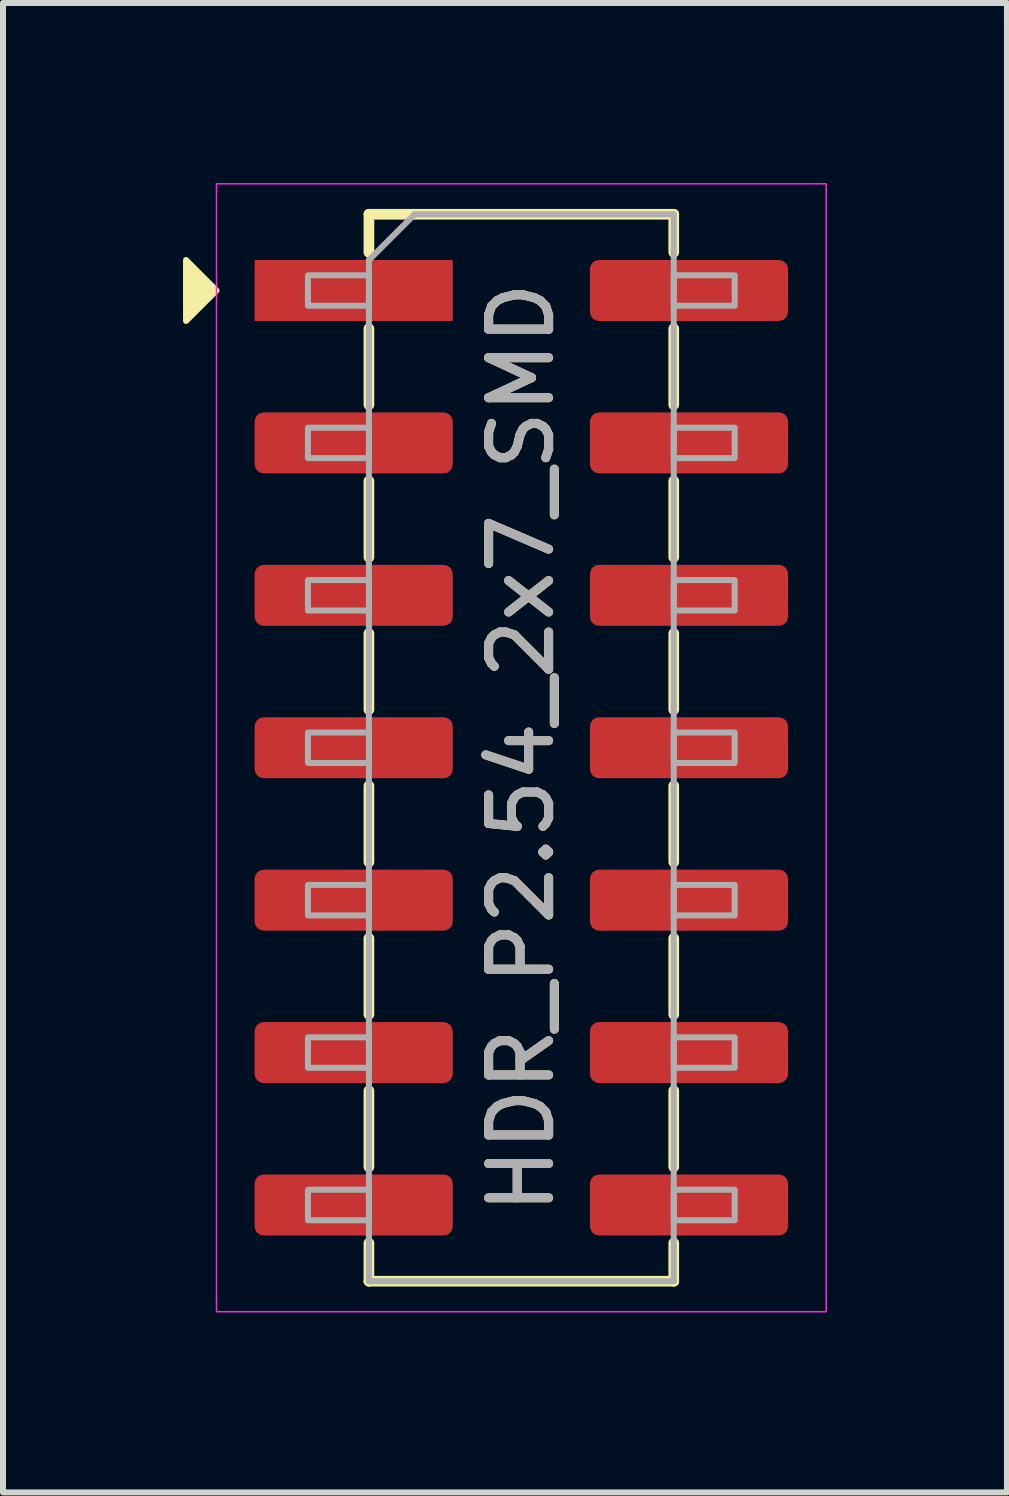
<source format=kicad_pcb>
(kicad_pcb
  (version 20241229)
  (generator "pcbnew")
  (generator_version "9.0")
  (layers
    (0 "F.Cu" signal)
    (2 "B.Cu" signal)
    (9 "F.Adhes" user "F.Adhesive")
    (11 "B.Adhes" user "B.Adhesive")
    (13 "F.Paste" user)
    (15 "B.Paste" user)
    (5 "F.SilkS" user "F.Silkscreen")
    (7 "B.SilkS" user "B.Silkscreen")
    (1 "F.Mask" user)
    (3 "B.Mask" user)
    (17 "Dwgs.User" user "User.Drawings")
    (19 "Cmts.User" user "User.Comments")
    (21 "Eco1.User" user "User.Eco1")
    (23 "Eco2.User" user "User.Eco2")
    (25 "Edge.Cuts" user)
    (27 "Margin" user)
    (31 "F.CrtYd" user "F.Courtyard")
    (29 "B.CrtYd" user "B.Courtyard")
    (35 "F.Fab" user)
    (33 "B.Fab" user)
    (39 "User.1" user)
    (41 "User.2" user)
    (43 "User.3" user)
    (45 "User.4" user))
  (footprint "HDR_P2.54_2x7_SMD"
    (layer "F.Cu")
    (at 5.638 9.411)
    (property "Reference" "HDR_P2.54_2x7_SMD" (at 0 0 90) (layer "F.SilkS") (effects (font (size 1 1) (thickness 0.15))))
    (attr smd)
    (fp_line (start -2.54 -8.89) (end -2.54 -8.255) (stroke (width 0.178) (type solid)) (layer "F.SilkS"))
    (fp_line (start -2.54 -5.715) (end -2.54 -6.985) (stroke (width 0.178) (type solid)) (layer "F.SilkS"))
    (fp_line (start -2.54 -3.175) (end -2.54 -4.445) (stroke (width 0.178) (type solid)) (layer "F.SilkS"))
    (fp_line (start -2.54 -0.635) (end -2.54 -1.905) (stroke (width 0.178) (type solid)) (layer "F.SilkS"))
    (fp_line (start -2.54 1.905) (end -2.54 0.635) (stroke (width 0.178) (type solid)) (layer "F.SilkS"))
    (fp_line (start -2.54 4.445) (end -2.54 3.175) (stroke (width 0.178) (type solid)) (layer "F.SilkS"))
    (fp_line (start -2.54 6.985) (end -2.54 5.715) (stroke (width 0.178) (type solid)) (layer "F.SilkS"))
    (fp_line (start -2.54 8.89) (end -2.54 8.255) (stroke (width 0.178) (type solid)) (layer "F.SilkS"))
    (fp_line (start 2.54 -8.89) (end -2.54 -8.89) (stroke (width 0.178) (type solid)) (layer "F.SilkS"))
    (fp_line (start 2.54 -8.255) (end 2.54 -8.89) (stroke (width 0.178) (type solid)) (layer "F.SilkS"))
    (fp_line (start 2.54 -5.715) (end 2.54 -6.985) (stroke (width 0.178) (type solid)) (layer "F.SilkS"))
    (fp_line (start 2.54 -3.175) (end 2.54 -4.445) (stroke (width 0.178) (type solid)) (layer "F.SilkS"))
    (fp_line (start 2.54 -0.635) (end 2.54 -1.905) (stroke (width 0.178) (type solid)) (layer "F.SilkS"))
    (fp_line (start 2.54 1.905) (end 2.54 0.635) (stroke (width 0.178) (type solid)) (layer "F.SilkS"))
    (fp_line (start 2.54 4.445) (end 2.54 3.175) (stroke (width 0.178) (type solid)) (layer "F.SilkS"))
    (fp_line (start 2.54 6.985) (end 2.54 5.715) (stroke (width 0.178) (type solid)) (layer "F.SilkS"))
    (fp_line (start 2.54 8.255) (end 2.54 8.89) (stroke (width 0.178) (type solid)) (layer "F.SilkS"))
    (fp_line (start 2.54 8.89) (end -2.54 8.89) (stroke (width 0.178) (type solid)) (layer "F.SilkS"))
    (fp_poly (pts (xy -5.08 -7.62) (xy -5.588 -7.112) (xy -5.588 -8.128)) (stroke (width 0.1) (type solid)) (fill yes) (layer "F.SilkS"))
    (fp_rect (start -5.08 -9.398) (end 5.08 9.398) (stroke (width 0.025) (type solid)) (fill no) (layer "F.CrtYd"))
    (fp_line (start -2.54 -8.128) (end -1.778 -8.89) (stroke (width 0.1) (type solid)) (layer "F.Fab"))
    (fp_line (start -2.54 8.89) (end -2.54 -8.128) (stroke (width 0.1) (type solid)) (layer "F.Fab"))
    (fp_line (start -1.778 -8.89) (end 2.54 -8.89) (stroke (width 0.1) (type solid)) (layer "F.Fab"))
    (fp_line (start 2.54 -8.89) (end 2.54 8.89) (stroke (width 0.1) (type solid)) (layer "F.Fab"))
    (fp_line (start 2.54 8.89) (end -2.54 8.89) (stroke (width 0.1) (type solid)) (layer "F.Fab"))
    (fp_rect (start -3.556 -7.874) (end -2.54 -7.366) (stroke (width 0.1) (type solid)) (fill no) (layer "F.Fab"))
    (fp_rect (start -3.556 -5.334) (end -2.54 -4.826) (stroke (width 0.1) (type solid)) (fill no) (layer "F.Fab"))
    (fp_rect (start -3.556 -2.794) (end -2.54 -2.286) (stroke (width 0.1) (type solid)) (fill no) (layer "F.Fab"))
    (fp_rect (start -3.556 -0.254) (end -2.54 0.254) (stroke (width 0.1) (type solid)) (fill no) (layer "F.Fab"))
    (fp_rect (start -3.556 2.286) (end -2.54 2.794) (stroke (width 0.1) (type solid)) (fill no) (layer "F.Fab"))
    (fp_rect (start -3.556 4.826) (end -2.54 5.334) (stroke (width 0.1) (type solid)) (fill no) (layer "F.Fab"))
    (fp_rect (start -3.556 7.366) (end -2.54 7.874) (stroke (width 0.1) (type solid)) (fill no) (layer "F.Fab"))
    (fp_rect (start 2.54 -7.874) (end 3.556 -7.366) (stroke (width 0.1) (type solid)) (fill no) (layer "F.Fab"))
    (fp_rect (start 2.54 -5.334) (end 3.556 -4.826) (stroke (width 0.1) (type solid)) (fill no) (layer "F.Fab"))
    (fp_rect (start 2.54 -2.794) (end 3.556 -2.286) (stroke (width 0.1) (type solid)) (fill no) (layer "F.Fab"))
    (fp_rect (start 2.54 -0.254) (end 3.556 0.254) (stroke (width 0.1) (type solid)) (fill no) (layer "F.Fab"))
    (fp_rect (start 2.54 2.286) (end 3.556 2.794) (stroke (width 0.1) (type solid)) (fill no) (layer "F.Fab"))
    (fp_rect (start 2.54 4.826) (end 3.556 5.334) (stroke (width 0.1) (type solid)) (fill no) (layer "F.Fab"))
    (fp_rect (start 2.54 7.366) (end 3.556 7.874) (stroke (width 0.1) (type solid)) (fill no) (layer "F.Fab"))
    (fp_text user "${REFERENCE}" (at 0 0 90) (layer "F.Fab") (effects (font (size 1 1) (thickness 0.15))))
    (pad "1" smd rect (at -2.794 -7.62) (size 3.302 1.016) (layers "F.Cu" "F.Mask" "F.Paste"))
    (pad "2" smd roundrect (at 2.794 -7.62) (size 3.302 1.016) (layers "F.Cu" "F.Mask" "F.Paste") (roundrect_rratio 0.15))
    (pad "3" smd roundrect (at -2.794 -5.08) (size 3.302 1.016) (layers "F.Cu" "F.Mask" "F.Paste") (roundrect_rratio 0.15))
    (pad "4" smd roundrect (at 2.794 -5.08) (size 3.302 1.016) (layers "F.Cu" "F.Mask" "F.Paste") (roundrect_rratio 0.15))
    (pad "5" smd roundrect (at -2.794 -2.54) (size 3.302 1.016) (layers "F.Cu" "F.Mask" "F.Paste") (roundrect_rratio 0.15))
    (pad "6" smd roundrect (at 2.794 -2.54) (size 3.302 1.016) (layers "F.Cu" "F.Mask" "F.Paste") (roundrect_rratio 0.15))
    (pad "7" smd roundrect (at -2.794 0) (size 3.302 1.016) (layers "F.Cu" "F.Mask" "F.Paste") (roundrect_rratio 0.15))
    (pad "8" smd roundrect (at 2.794 0) (size 3.302 1.016) (layers "F.Cu" "F.Mask" "F.Paste") (roundrect_rratio 0.15))
    (pad "9" smd roundrect (at -2.794 2.54) (size 3.302 1.016) (layers "F.Cu" "F.Mask" "F.Paste") (roundrect_rratio 0.15))
    (pad "10" smd roundrect (at 2.794 2.54) (size 3.302 1.016) (layers "F.Cu" "F.Mask" "F.Paste") (roundrect_rratio 0.15))
    (pad "11" smd roundrect (at -2.794 5.08) (size 3.302 1.016) (layers "F.Cu" "F.Mask" "F.Paste") (roundrect_rratio 0.15))
    (pad "12" smd roundrect (at 2.794 5.08) (size 3.302 1.016) (layers "F.Cu" "F.Mask" "F.Paste") (roundrect_rratio 0.15))
    (pad "13" smd roundrect (at -2.794 7.62) (size 3.302 1.016) (layers "F.Cu" "F.Mask" "F.Paste") (roundrect_rratio 0.15))
    (pad "14" smd roundrect (at 2.794 7.62) (size 3.302 1.016) (layers "F.Cu" "F.Mask" "F.Paste") (roundrect_rratio 0.15)))
  (gr_rect
    (start -3 -3)
    (end 13.731 21.821)
    (stroke (width 0.1) (type default))
    (fill no)
    (layer "Edge.Cuts")))
</source>
